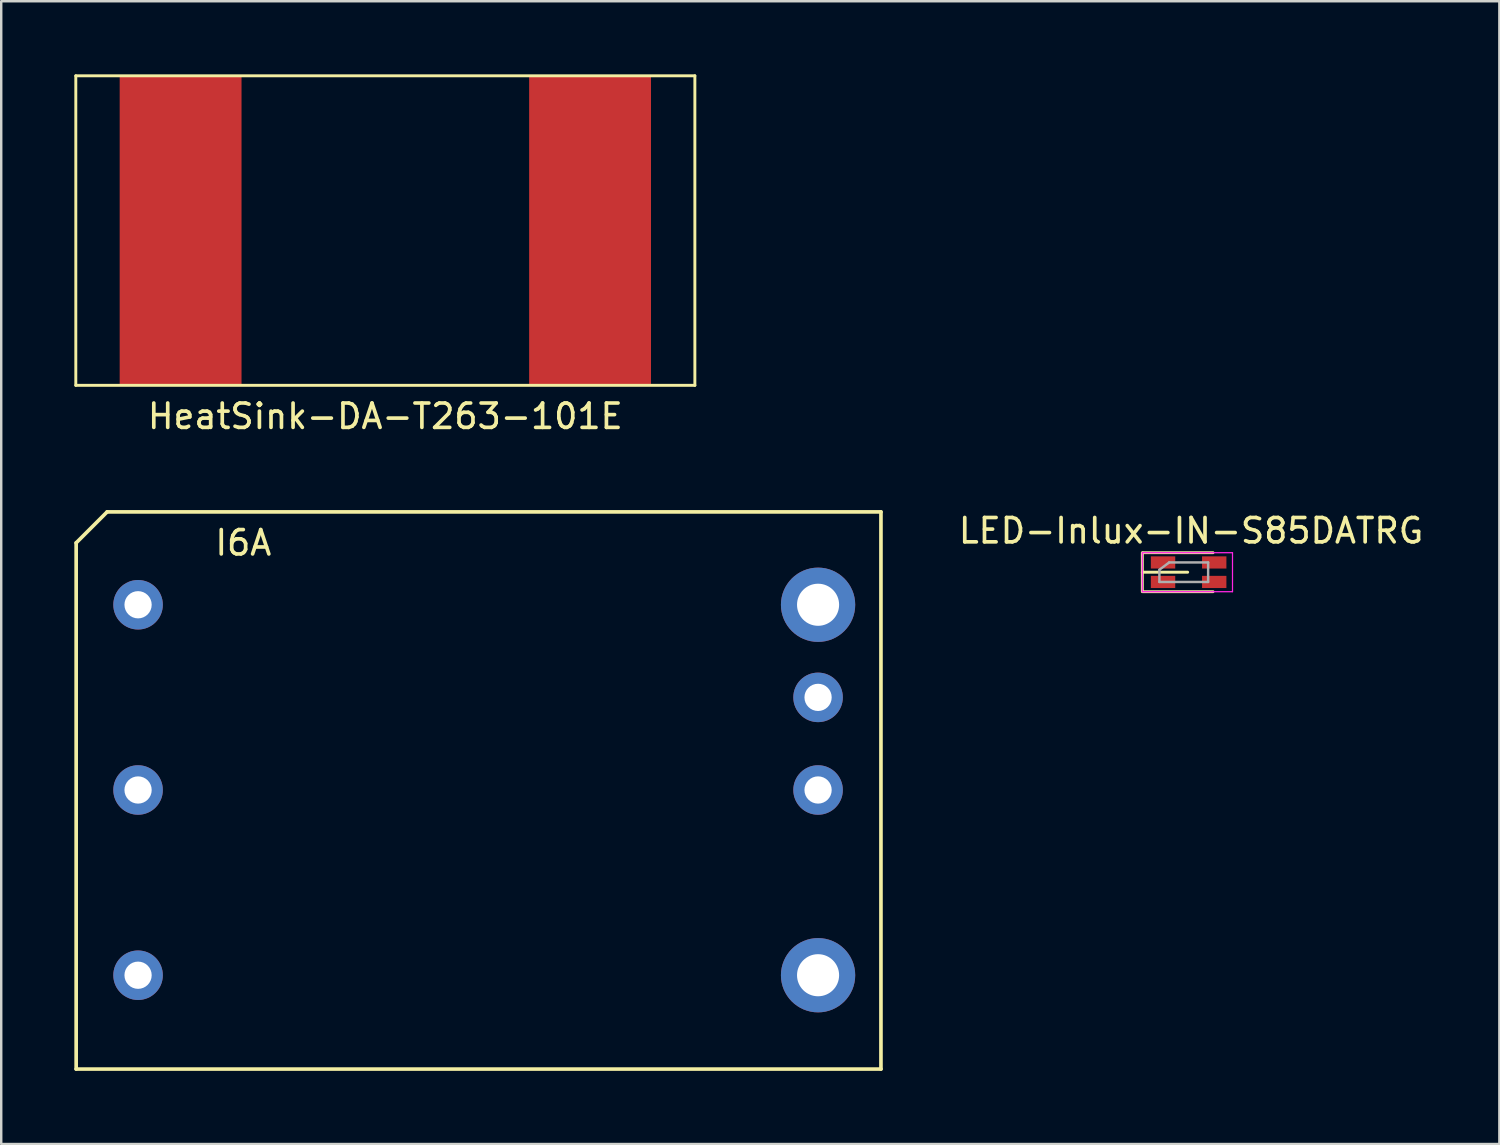
<source format=kicad_pcb>
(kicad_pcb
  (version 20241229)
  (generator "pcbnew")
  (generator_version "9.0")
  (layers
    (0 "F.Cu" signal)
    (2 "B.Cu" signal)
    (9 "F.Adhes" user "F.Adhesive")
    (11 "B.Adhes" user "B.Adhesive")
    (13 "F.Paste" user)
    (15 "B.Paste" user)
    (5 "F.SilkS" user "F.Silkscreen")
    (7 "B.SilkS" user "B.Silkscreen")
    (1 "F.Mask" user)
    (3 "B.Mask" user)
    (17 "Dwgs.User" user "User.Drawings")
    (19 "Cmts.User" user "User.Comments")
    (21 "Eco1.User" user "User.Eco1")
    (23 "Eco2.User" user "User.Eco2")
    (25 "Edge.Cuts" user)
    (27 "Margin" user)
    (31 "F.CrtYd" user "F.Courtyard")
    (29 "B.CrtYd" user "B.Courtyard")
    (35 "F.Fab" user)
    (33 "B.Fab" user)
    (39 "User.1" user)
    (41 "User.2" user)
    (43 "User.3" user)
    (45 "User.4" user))
  (footprint "HeatSink-DA-T263-101E"
    (layer "F.Cu")
    (at 12.76 6.41)
    (property "Reference" "HeatSink-DA-T263-101E" (at 0 7.62 0) (layer "F.SilkS") (effects (font (size 1 1) (thickness 0.15))))
    (attr through_hole)
    (fp_line (start -12.7 -6.35) (end 12.7 -6.35) (stroke (width 0.12) (type solid)) (layer "F.SilkS"))
    (fp_line (start -12.7 6.35) (end -12.7 -6.35) (stroke (width 0.12) (type solid)) (layer "F.SilkS"))
    (fp_line (start 12.7 -6.35) (end 12.7 6.35) (stroke (width 0.12) (type solid)) (layer "F.SilkS"))
    (fp_line (start 12.7 6.35) (end -12.7 6.35) (stroke (width 0.12) (type solid)) (layer "F.SilkS"))
    (pad "1" smd rect (at -8.4 0) (size 5 12.7) (layers "F.Cu" "F.Mask" "F.Paste"))
    (pad "1" smd rect (at 8.4 0) (size 5 12.7) (layers "F.Cu" "F.Mask" "F.Paste")))
  (footprint "LED-Inlux-IN-S85DATRG"
    (layer "F.Cu")
    (at 45.719 20.427)
    (property "Reference" "LED-Inlux-IN-S85DATRG" (at 0.1 -1.7 0) (layer "F.SilkS") (effects (font (size 1 1) (thickness 0.15))))
    (attr through_hole)
    (fp_line (start -1.9 -0.8) (end -1.9 0.8) (stroke (width 0.12) (type solid)) (layer "F.SilkS"))
    (fp_line (start -1.86 0.8) (end 1 0.8) (stroke (width 0.12) (type solid)) (layer "F.SilkS"))
    (fp_line (start -0.04 0) (end -1.9 0) (stroke (width 0.12) (type solid)) (layer "F.SilkS"))
    (fp_line (start 1 -0.8) (end -1.86 -0.8) (stroke (width 0.12) (type solid)) (layer "F.SilkS"))
    (fp_line (start -1.9 0.8) (end -1.9 -0.8) (stroke (width 0.05) (type solid)) (layer "F.CrtYd"))
    (fp_line (start 1.8 -0.8) (end -1.9 -0.8) (stroke (width 0.05) (type solid)) (layer "F.CrtYd"))
    (fp_line (start 1.8 -0.8) (end 1.8 0.8) (stroke (width 0.05) (type solid)) (layer "F.CrtYd"))
    (fp_line (start 1.8 0.8) (end -1.9 0.8) (stroke (width 0.05) (type solid)) (layer "F.CrtYd"))
    (fp_line (start -1.2 -0.1) (end -1.2 0.4) (stroke (width 0.1) (type solid)) (layer "F.Fab"))
    (fp_line (start -0.8 -0.4) (end -1.2 -0.1) (stroke (width 0.1) (type solid)) (layer "F.Fab"))
    (fp_line (start -0.8 -0.4) (end 0.8 -0.4) (stroke (width 0.1) (type solid)) (layer "F.Fab"))
    (fp_line (start 0.8 0.4) (end -1.2 0.4) (stroke (width 0.1) (type solid)) (layer "F.Fab"))
    (fp_line (start 0.8 0.4) (end 0.8 -0.4) (stroke (width 0.1) (type solid)) (layer "F.Fab"))
    (pad "1" smd rect (at -1.05 -0.4) (size 1 0.5) (layers "F.Cu" "F.Mask" "F.Paste"))
    (pad "2" smd rect (at 1.05 -0.4) (size 1 0.5) (layers "F.Cu" "F.Mask" "F.Paste"))
    (pad "3" smd rect (at -1.05 0.4) (size 1 0.5) (layers "F.Cu" "F.Mask" "F.Paste"))
    (pad "4" smd rect (at 1.05 0.4) (size 1 0.5) (layers "F.Cu" "F.Mask" "F.Paste")))
  (footprint "I6A"
    (layer "F.Cu")
    (at 2.615 21.763)
    (property "Reference" "I6A" (at 4.318 -2.54 0) (layer "F.SilkS") (effects (font (size 1 1) (thickness 0.15))))
    (attr through_hole)
    (fp_line (start -2.54 -2.54) (end -2.54 19.05) (stroke (width 0.15) (type solid)) (layer "F.SilkS"))
    (fp_line (start -2.54 19.05) (end 30.48 19.05) (stroke (width 0.15) (type solid)) (layer "F.SilkS"))
    (fp_line (start -1.27 -3.81) (end -2.54 -2.54) (stroke (width 0.15) (type solid)) (layer "F.SilkS"))
    (fp_line (start -1.27 -3.81) (end 30.48 -3.81) (stroke (width 0.15) (type solid)) (layer "F.SilkS"))
    (fp_line (start 30.48 -3.81) (end 30.48 19.05) (stroke (width 0.15) (type solid)) (layer "F.SilkS"))
    (pad "1" thru_hole circle (at 0 0) (size 2.032 2.032) (drill 1.118) (layers "*.Cu" "*.Mask"))
    (pad "2" thru_hole circle (at 0 7.6) (size 2.032 2.032) (drill 1.118) (layers "*.Cu" "*.Mask"))
    (pad "3" thru_hole circle (at 0 15.2) (size 2.032 2.032) (drill 1.118) (layers "*.Cu" "*.Mask" "Eco1.User"))
    (pad "4" thru_hole circle (at 27.9 15.2) (size 3.048 3.048) (drill 1.727) (layers "*.Cu" "*.Mask" "Eco1.User"))
    (pad "6" thru_hole circle (at 27.9 7.6) (size 2.032 2.032) (drill 1.118) (layers "*.Cu" "*.Mask"))
    (pad "7" thru_hole circle (at 27.9 3.8) (size 2.032 2.032) (drill 1.118) (layers "*.Cu" "*.Mask"))
    (pad "8" thru_hole circle (at 27.9 0) (size 3.048 3.048) (drill 1.727) (layers "*.Cu" "*.Mask" "Eco1.User")))
  (gr_rect
    (start -3 -3)
    (end 58.468 43.888)
    (stroke (width 0.1) (type default))
    (fill no)
    (layer "Edge.Cuts")))
</source>
